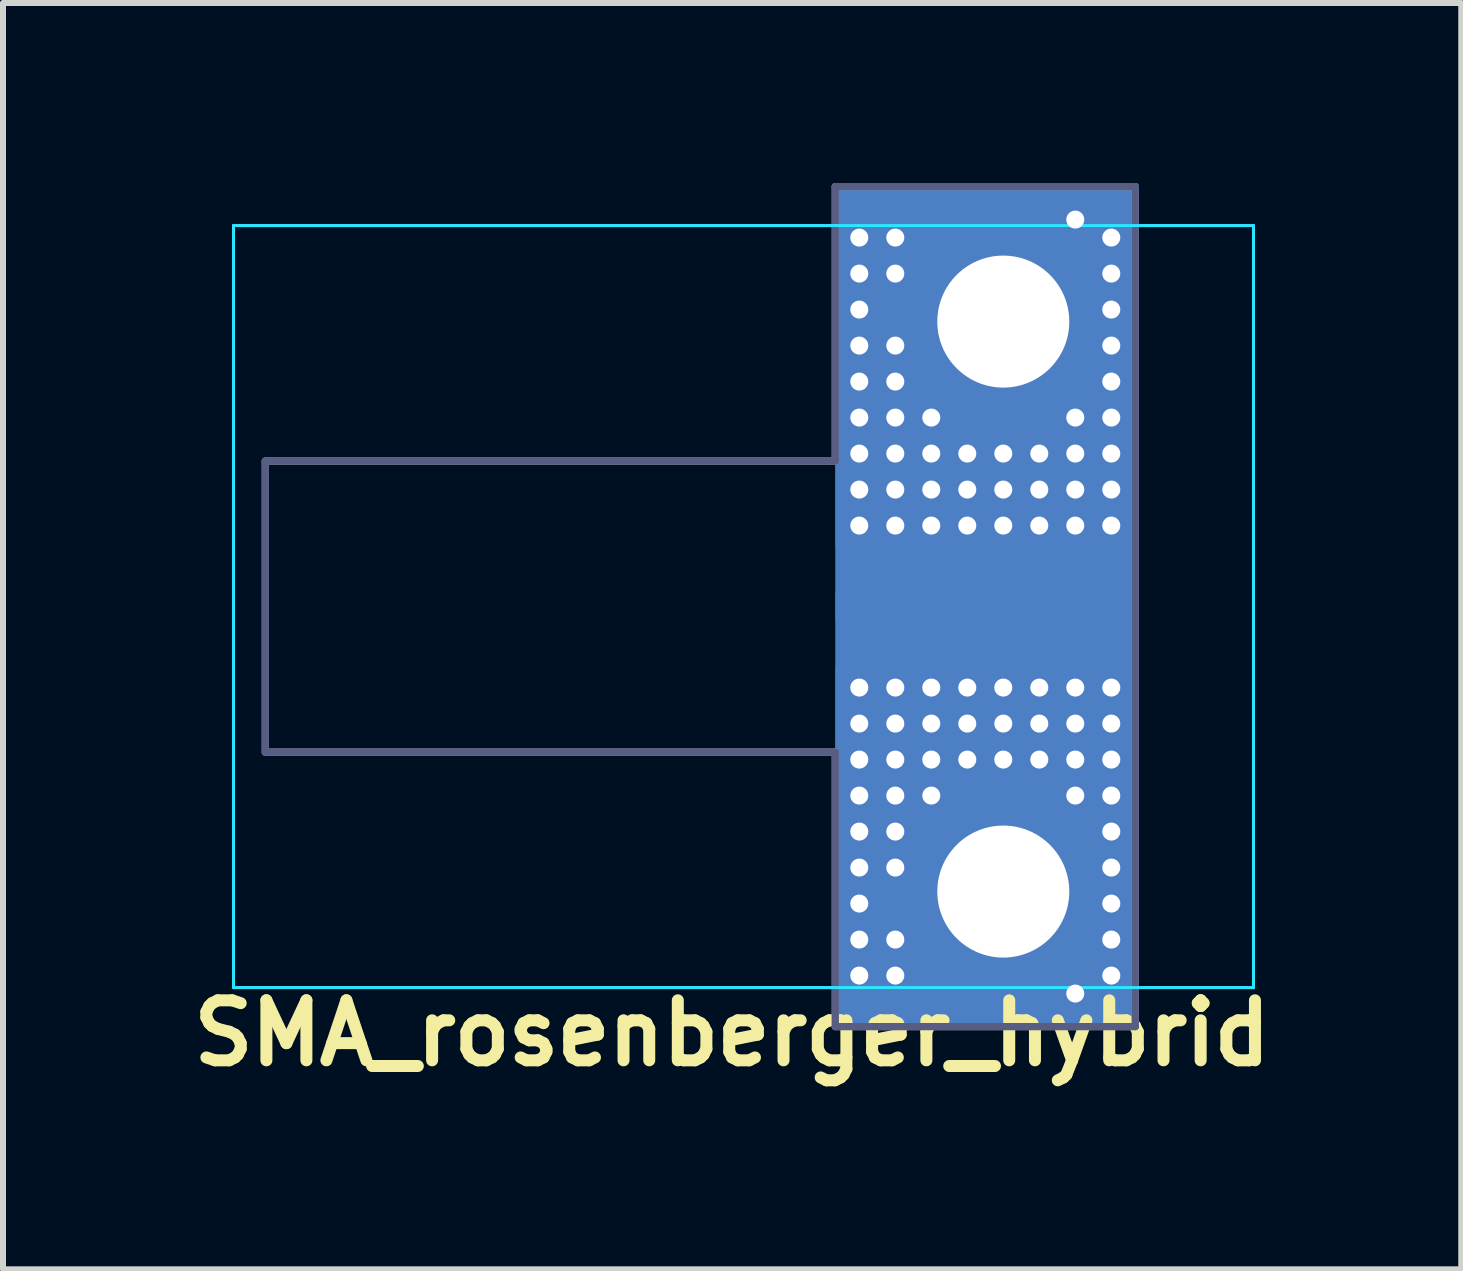
<source format=kicad_pcb>
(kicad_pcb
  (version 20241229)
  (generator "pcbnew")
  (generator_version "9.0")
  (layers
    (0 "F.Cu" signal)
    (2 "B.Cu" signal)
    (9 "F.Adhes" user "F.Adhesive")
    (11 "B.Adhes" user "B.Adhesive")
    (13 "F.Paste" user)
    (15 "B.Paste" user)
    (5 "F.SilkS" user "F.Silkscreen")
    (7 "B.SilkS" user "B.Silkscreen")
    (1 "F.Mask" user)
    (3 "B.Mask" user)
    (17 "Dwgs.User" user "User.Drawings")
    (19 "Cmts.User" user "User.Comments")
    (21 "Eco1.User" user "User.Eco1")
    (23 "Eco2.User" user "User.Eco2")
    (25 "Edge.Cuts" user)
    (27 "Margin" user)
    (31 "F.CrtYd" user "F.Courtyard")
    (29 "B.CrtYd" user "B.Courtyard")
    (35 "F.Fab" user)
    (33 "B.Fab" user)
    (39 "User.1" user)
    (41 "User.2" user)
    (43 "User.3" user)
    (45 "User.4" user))
  (footprint "SMA_rosenberger_hybrid"
    (layer "F.Cu")
    (at 10.872 7.06)
    (property "Reference" "SMA_rosenberger_hybrid" (at -1.72 7.11 0) (layer "F.SilkS") (effects (font (size 1 1) (thickness 0.2))))
    (attr through_hole)
    (fp_line (start -10.03 -6.35) (end -10.03 6.35) (stroke (width 0.05) (type solid)) (layer "B.CrtYd"))
    (fp_line (start -10.03 -6.35) (end 6.97 -6.35) (stroke (width 0.05) (type solid)) (layer "B.CrtYd"))
    (fp_line (start -10.03 6.35) (end 6.97 6.35) (stroke (width 0.05) (type solid)) (layer "B.CrtYd"))
    (fp_line (start 6.97 -6.35) (end 6.97 6.35) (stroke (width 0.05) (type solid)) (layer "B.CrtYd"))
    (fp_line (start -10.03 -6.35) (end -10.03 6.35) (stroke (width 0.05) (type solid)) (layer "F.CrtYd"))
    (fp_line (start -10.03 6.35) (end 6.97 6.35) (stroke (width 0.05) (type solid)) (layer "F.CrtYd"))
    (fp_line (start 6.97 -6.35) (end -10.03 -6.35) (stroke (width 0.05) (type solid)) (layer "F.CrtYd"))
    (fp_line (start 6.97 -6.35) (end 6.97 6.35) (stroke (width 0.05) (type solid)) (layer "F.CrtYd"))
    (fp_line (start -9.5 -2.425) (end -9.5 2.425) (stroke (width 0.12) (type solid)) (layer "B.Fab"))
    (fp_line (start -9.5 2.425) (end 0 2.425) (stroke (width 0.12) (type solid)) (layer "B.Fab"))
    (fp_line (start 0 -7) (end 0 -2.425) (stroke (width 0.12) (type solid)) (layer "B.Fab"))
    (fp_line (start 0 -2.425) (end -9.5 -2.425) (stroke (width 0.12) (type solid)) (layer "B.Fab"))
    (fp_line (start 0 2.425) (end 0 7) (stroke (width 0.12) (type solid)) (layer "B.Fab"))
    (fp_line (start 0 7) (end 5 7) (stroke (width 0.12) (type solid)) (layer "B.Fab"))
    (fp_line (start 5 -7) (end 0 -7) (stroke (width 0.12) (type solid)) (layer "B.Fab"))
    (fp_line (start 5 7) (end 5 -7) (stroke (width 0.12) (type solid)) (layer "B.Fab"))
    (fp_line (start -9.5 -2.425) (end -9.5 2.425) (stroke (width 0.12) (type solid)) (layer "F.Fab"))
    (fp_line (start -9.5 2.425) (end 0 2.425) (stroke (width 0.12) (type solid)) (layer "F.Fab"))
    (fp_line (start 0 -7) (end 0 -2.425) (stroke (width 0.12) (type solid)) (layer "F.Fab"))
    (fp_line (start 0 -2.425) (end -9.5 -2.425) (stroke (width 0.12) (type solid)) (layer "F.Fab"))
    (fp_line (start 0 2.425) (end 0 7) (stroke (width 0.12) (type solid)) (layer "F.Fab"))
    (fp_line (start 0 7) (end 5 7) (stroke (width 0.12) (type solid)) (layer "F.Fab"))
    (fp_line (start 5 -7) (end 0 -7) (stroke (width 0.12) (type solid)) (layer "F.Fab"))
    (fp_line (start 5 7) (end 5 -7) (stroke (width 0.12) (type solid)) (layer "F.Fab"))
    (pad "1" smd rect (at 2.5 0) (size 5 0.48) (layers "F.Cu" "F.Mask"))
    (pad "2" thru_hole circle (at 0.4 -6.15) (size 0.5 0.5) (drill 0.3) (layers "*.Cu" "*.Mask"))
    (pad "2" thru_hole circle (at 0.4 -5.55) (size 0.5 0.5) (drill 0.3) (layers "*.Cu" "*.Mask"))
    (pad "2" thru_hole circle (at 0.4 -4.95) (size 0.5 0.5) (drill 0.3) (layers "*.Cu" "*.Mask"))
    (pad "2" thru_hole circle (at 0.4 -4.35) (size 0.5 0.5) (drill 0.3) (layers "*.Cu" "*.Mask"))
    (pad "2" thru_hole circle (at 0.4 -3.75) (size 0.5 0.5) (drill 0.3) (layers "*.Cu" "*.Mask"))
    (pad "2" thru_hole circle (at 0.4 -3.15) (size 0.5 0.5) (drill 0.3) (layers "*.Cu" "*.Mask"))
    (pad "2" thru_hole circle (at 0.4 -2.55) (size 0.5 0.5) (drill 0.3) (layers "*.Cu" "*.Mask"))
    (pad "2" thru_hole circle (at 0.4 -1.95) (size 0.5 0.5) (drill 0.3) (layers "*.Cu" "*.Mask"))
    (pad "2" thru_hole circle (at 0.4 -1.35) (size 0.5 0.5) (drill 0.3) (layers "*.Cu" "*.Mask"))
    (pad "2" thru_hole circle (at 0.4 1.35) (size 0.5 0.5) (drill 0.3) (layers "*.Cu" "*.Mask"))
    (pad "2" thru_hole circle (at 0.4 1.95) (size 0.5 0.5) (drill 0.3) (layers "*.Cu" "*.Mask"))
    (pad "2" thru_hole circle (at 0.4 2.55) (size 0.5 0.5) (drill 0.3) (layers "*.Cu" "*.Mask"))
    (pad "2" thru_hole circle (at 0.4 3.15) (size 0.5 0.5) (drill 0.3) (layers "*.Cu" "*.Mask"))
    (pad "2" thru_hole circle (at 0.4 3.75) (size 0.5 0.5) (drill 0.3) (layers "*.Cu" "*.Mask"))
    (pad "2" thru_hole circle (at 0.4 4.35) (size 0.5 0.5) (drill 0.3) (layers "*.Cu" "*.Mask"))
    (pad "2" thru_hole circle (at 0.4 4.95) (size 0.5 0.5) (drill 0.3) (layers "*.Cu" "*.Mask"))
    (pad "2" thru_hole circle (at 0.4 5.55) (size 0.5 0.5) (drill 0.3) (layers "*.Cu" "*.Mask"))
    (pad "2" thru_hole circle (at 0.4 6.15) (size 0.5 0.5) (drill 0.3) (layers "*.Cu" "*.Mask"))
    (pad "2" thru_hole circle (at 1 -6.15) (size 0.5 0.5) (drill 0.3) (layers "*.Cu" "*.Mask"))
    (pad "2" thru_hole circle (at 1 -5.55) (size 0.5 0.5) (drill 0.3) (layers "*.Cu" "*.Mask"))
    (pad "2" thru_hole circle (at 1 -4.35) (size 0.5 0.5) (drill 0.3) (layers "*.Cu" "*.Mask"))
    (pad "2" thru_hole circle (at 1 -3.75) (size 0.5 0.5) (drill 0.3) (layers "*.Cu" "*.Mask"))
    (pad "2" thru_hole circle (at 1 -3.15) (size 0.5 0.5) (drill 0.3) (layers "*.Cu" "*.Mask"))
    (pad "2" thru_hole circle (at 1 -2.55) (size 0.5 0.5) (drill 0.3) (layers "*.Cu" "*.Mask"))
    (pad "2" thru_hole circle (at 1 -1.95) (size 0.5 0.5) (drill 0.3) (layers "*.Cu" "*.Mask"))
    (pad "2" thru_hole circle (at 1 -1.35) (size 0.5 0.5) (drill 0.3) (layers "*.Cu" "*.Mask"))
    (pad "2" thru_hole circle (at 1 1.35) (size 0.5 0.5) (drill 0.3) (layers "*.Cu" "*.Mask"))
    (pad "2" thru_hole circle (at 1 1.95) (size 0.5 0.5) (drill 0.3) (layers "*.Cu" "*.Mask"))
    (pad "2" thru_hole circle (at 1 2.55) (size 0.5 0.5) (drill 0.3) (layers "*.Cu" "*.Mask"))
    (pad "2" thru_hole circle (at 1 3.15) (size 0.5 0.5) (drill 0.3) (layers "*.Cu" "*.Mask"))
    (pad "2" thru_hole circle (at 1 3.75) (size 0.5 0.5) (drill 0.3) (layers "*.Cu" "*.Mask"))
    (pad "2" thru_hole circle (at 1 4.35) (size 0.5 0.5) (drill 0.3) (layers "*.Cu" "*.Mask"))
    (pad "2" thru_hole circle (at 1 5.55) (size 0.5 0.5) (drill 0.3) (layers "*.Cu" "*.Mask"))
    (pad "2" thru_hole circle (at 1 6.15) (size 0.5 0.5) (drill 0.3) (layers "*.Cu" "*.Mask"))
    (pad "2" thru_hole circle (at 1.6 -3.15) (size 0.5 0.5) (drill 0.3) (layers "*.Cu" "*.Mask"))
    (pad "2" thru_hole circle (at 1.6 -2.55) (size 0.5 0.5) (drill 0.3) (layers "*.Cu" "*.Mask"))
    (pad "2" thru_hole circle (at 1.6 -1.95) (size 0.5 0.5) (drill 0.3) (layers "*.Cu" "*.Mask"))
    (pad "2" thru_hole circle (at 1.6 -1.35) (size 0.5 0.5) (drill 0.3) (layers "*.Cu" "*.Mask"))
    (pad "2" thru_hole circle (at 1.6 1.35) (size 0.5 0.5) (drill 0.3) (layers "*.Cu" "*.Mask"))
    (pad "2" thru_hole circle (at 1.6 1.95) (size 0.5 0.5) (drill 0.3) (layers "*.Cu" "*.Mask"))
    (pad "2" thru_hole circle (at 1.6 2.55) (size 0.5 0.5) (drill 0.3) (layers "*.Cu" "*.Mask"))
    (pad "2" thru_hole circle (at 1.6 3.15) (size 0.5 0.5) (drill 0.3) (layers "*.Cu" "*.Mask"))
    (pad "2" thru_hole circle (at 2.2 -2.55) (size 0.5 0.5) (drill 0.3) (layers "*.Cu" "*.Mask"))
    (pad "2" thru_hole circle (at 2.2 -1.95) (size 0.5 0.5) (drill 0.3) (layers "*.Cu" "*.Mask"))
    (pad "2" thru_hole circle (at 2.2 -1.35) (size 0.5 0.5) (drill 0.3) (layers "*.Cu" "*.Mask"))
    (pad "2" thru_hole circle (at 2.2 1.35) (size 0.5 0.5) (drill 0.3) (layers "*.Cu" "*.Mask"))
    (pad "2" thru_hole circle (at 2.2 1.95) (size 0.5 0.5) (drill 0.3) (layers "*.Cu" "*.Mask"))
    (pad "2" thru_hole circle (at 2.2 2.55) (size 0.5 0.5) (drill 0.3) (layers "*.Cu" "*.Mask"))
    (pad "2" smd rect (at 2.5 -4) (size 5 6) (layers "F.Cu" "F.Mask"))
    (pad "2" smd rect (at 2.5 0) (size 5 14) (layers "F.Mask" "B.Cu"))
    (pad "2" smd rect (at 2.5 4) (size 5 6) (layers "F.Cu" "F.Mask"))
    (pad "2" thru_hole circle (at 2.8 -4.75) (size 3 3) (drill 2.2) (layers "*.Cu" "*.Mask"))
    (pad "2" thru_hole circle (at 2.8 -2.55) (size 0.5 0.5) (drill 0.3) (layers "*.Cu" "*.Mask"))
    (pad "2" thru_hole circle (at 2.8 -1.95) (size 0.5 0.5) (drill 0.3) (layers "*.Cu" "*.Mask"))
    (pad "2" thru_hole circle (at 2.8 -1.35) (size 0.5 0.5) (drill 0.3) (layers "*.Cu" "*.Mask"))
    (pad "2" thru_hole circle (at 2.8 1.35) (size 0.5 0.5) (drill 0.3) (layers "*.Cu" "*.Mask"))
    (pad "2" thru_hole circle (at 2.8 1.95) (size 0.5 0.5) (drill 0.3) (layers "*.Cu" "*.Mask"))
    (pad "2" thru_hole circle (at 2.8 2.55) (size 0.5 0.5) (drill 0.3) (layers "*.Cu" "*.Mask"))
    (pad "2" thru_hole circle (at 2.8 4.75) (size 3 3) (drill 2.2) (layers "*.Cu" "*.Mask"))
    (pad "2" thru_hole circle (at 3.4 -2.55) (size 0.5 0.5) (drill 0.3) (layers "*.Cu" "*.Mask"))
    (pad "2" thru_hole circle (at 3.4 -1.95) (size 0.5 0.5) (drill 0.3) (layers "*.Cu" "*.Mask"))
    (pad "2" thru_hole circle (at 3.4 -1.35) (size 0.5 0.5) (drill 0.3) (layers "*.Cu" "*.Mask"))
    (pad "2" thru_hole circle (at 3.4 1.35) (size 0.5 0.5) (drill 0.3) (layers "*.Cu" "*.Mask"))
    (pad "2" thru_hole circle (at 3.4 1.95) (size 0.5 0.5) (drill 0.3) (layers "*.Cu" "*.Mask"))
    (pad "2" thru_hole circle (at 3.4 2.55) (size 0.5 0.5) (drill 0.3) (layers "*.Cu" "*.Mask"))
    (pad "2" thru_hole circle (at 4 -6.45) (size 0.5 0.5) (drill 0.3) (layers "*.Cu" "*.Mask"))
    (pad "2" thru_hole circle (at 4 -3.15) (size 0.5 0.5) (drill 0.3) (layers "*.Cu" "*.Mask"))
    (pad "2" thru_hole circle (at 4 -2.55) (size 0.5 0.5) (drill 0.3) (layers "*.Cu" "*.Mask"))
    (pad "2" thru_hole circle (at 4 -1.95) (size 0.5 0.5) (drill 0.3) (layers "*.Cu" "*.Mask"))
    (pad "2" thru_hole circle (at 4 -1.35) (size 0.5 0.5) (drill 0.3) (layers "*.Cu" "*.Mask"))
    (pad "2" thru_hole circle (at 4 1.35) (size 0.5 0.5) (drill 0.3) (layers "*.Cu" "*.Mask"))
    (pad "2" thru_hole circle (at 4 1.95) (size 0.5 0.5) (drill 0.3) (layers "*.Cu" "*.Mask"))
    (pad "2" thru_hole circle (at 4 2.55) (size 0.5 0.5) (drill 0.3) (layers "*.Cu" "*.Mask"))
    (pad "2" thru_hole circle (at 4 3.15) (size 0.5 0.5) (drill 0.3) (layers "*.Cu" "*.Mask"))
    (pad "2" thru_hole circle (at 4 6.45) (size 0.5 0.5) (drill 0.3) (layers "*.Cu" "*.Mask"))
    (pad "2" thru_hole circle (at 4.6 -6.15) (size 0.5 0.5) (drill 0.3) (layers "*.Cu" "*.Mask"))
    (pad "2" thru_hole circle (at 4.6 -5.55) (size 0.5 0.5) (drill 0.3) (layers "*.Cu" "*.Mask"))
    (pad "2" thru_hole circle (at 4.6 -4.95) (size 0.5 0.5) (drill 0.3) (layers "*.Cu" "*.Mask"))
    (pad "2" thru_hole circle (at 4.6 -4.35) (size 0.5 0.5) (drill 0.3) (layers "*.Cu" "*.Mask"))
    (pad "2" thru_hole circle (at 4.6 -3.75) (size 0.5 0.5) (drill 0.3) (layers "*.Cu" "*.Mask"))
    (pad "2" thru_hole circle (at 4.6 -3.15) (size 0.5 0.5) (drill 0.3) (layers "*.Cu" "*.Mask"))
    (pad "2" thru_hole circle (at 4.6 -2.55) (size 0.5 0.5) (drill 0.3) (layers "*.Cu" "*.Mask"))
    (pad "2" thru_hole circle (at 4.6 -1.95) (size 0.5 0.5) (drill 0.3) (layers "*.Cu" "*.Mask"))
    (pad "2" thru_hole circle (at 4.6 -1.35) (size 0.5 0.5) (drill 0.3) (layers "*.Cu" "*.Mask"))
    (pad "2" thru_hole circle (at 4.6 1.35) (size 0.5 0.5) (drill 0.3) (layers "*.Cu" "*.Mask"))
    (pad "2" thru_hole circle (at 4.6 1.95) (size 0.5 0.5) (drill 0.3) (layers "*.Cu" "*.Mask"))
    (pad "2" thru_hole circle (at 4.6 2.55) (size 0.5 0.5) (drill 0.3) (layers "*.Cu" "*.Mask"))
    (pad "2" thru_hole circle (at 4.6 3.15) (size 0.5 0.5) (drill 0.3) (layers "*.Cu" "*.Mask"))
    (pad "2" thru_hole circle (at 4.6 3.75) (size 0.5 0.5) (drill 0.3) (layers "*.Cu" "*.Mask"))
    (pad "2" thru_hole circle (at 4.6 4.35) (size 0.5 0.5) (drill 0.3) (layers "*.Cu" "*.Mask"))
    (pad "2" thru_hole circle (at 4.6 4.95) (size 0.5 0.5) (drill 0.3) (layers "*.Cu" "*.Mask"))
    (pad "2" thru_hole circle (at 4.6 5.55) (size 0.5 0.5) (drill 0.3) (layers "*.Cu" "*.Mask"))
    (pad "2" thru_hole circle (at 4.6 6.15) (size 0.5 0.5) (drill 0.3) (layers "*.Cu" "*.Mask")))
  (gr_rect
    (start -3 -3)
    (end 21.305 18.106)
    (stroke (width 0.1) (type default))
    (fill no)
    (layer "Edge.Cuts")))
</source>
